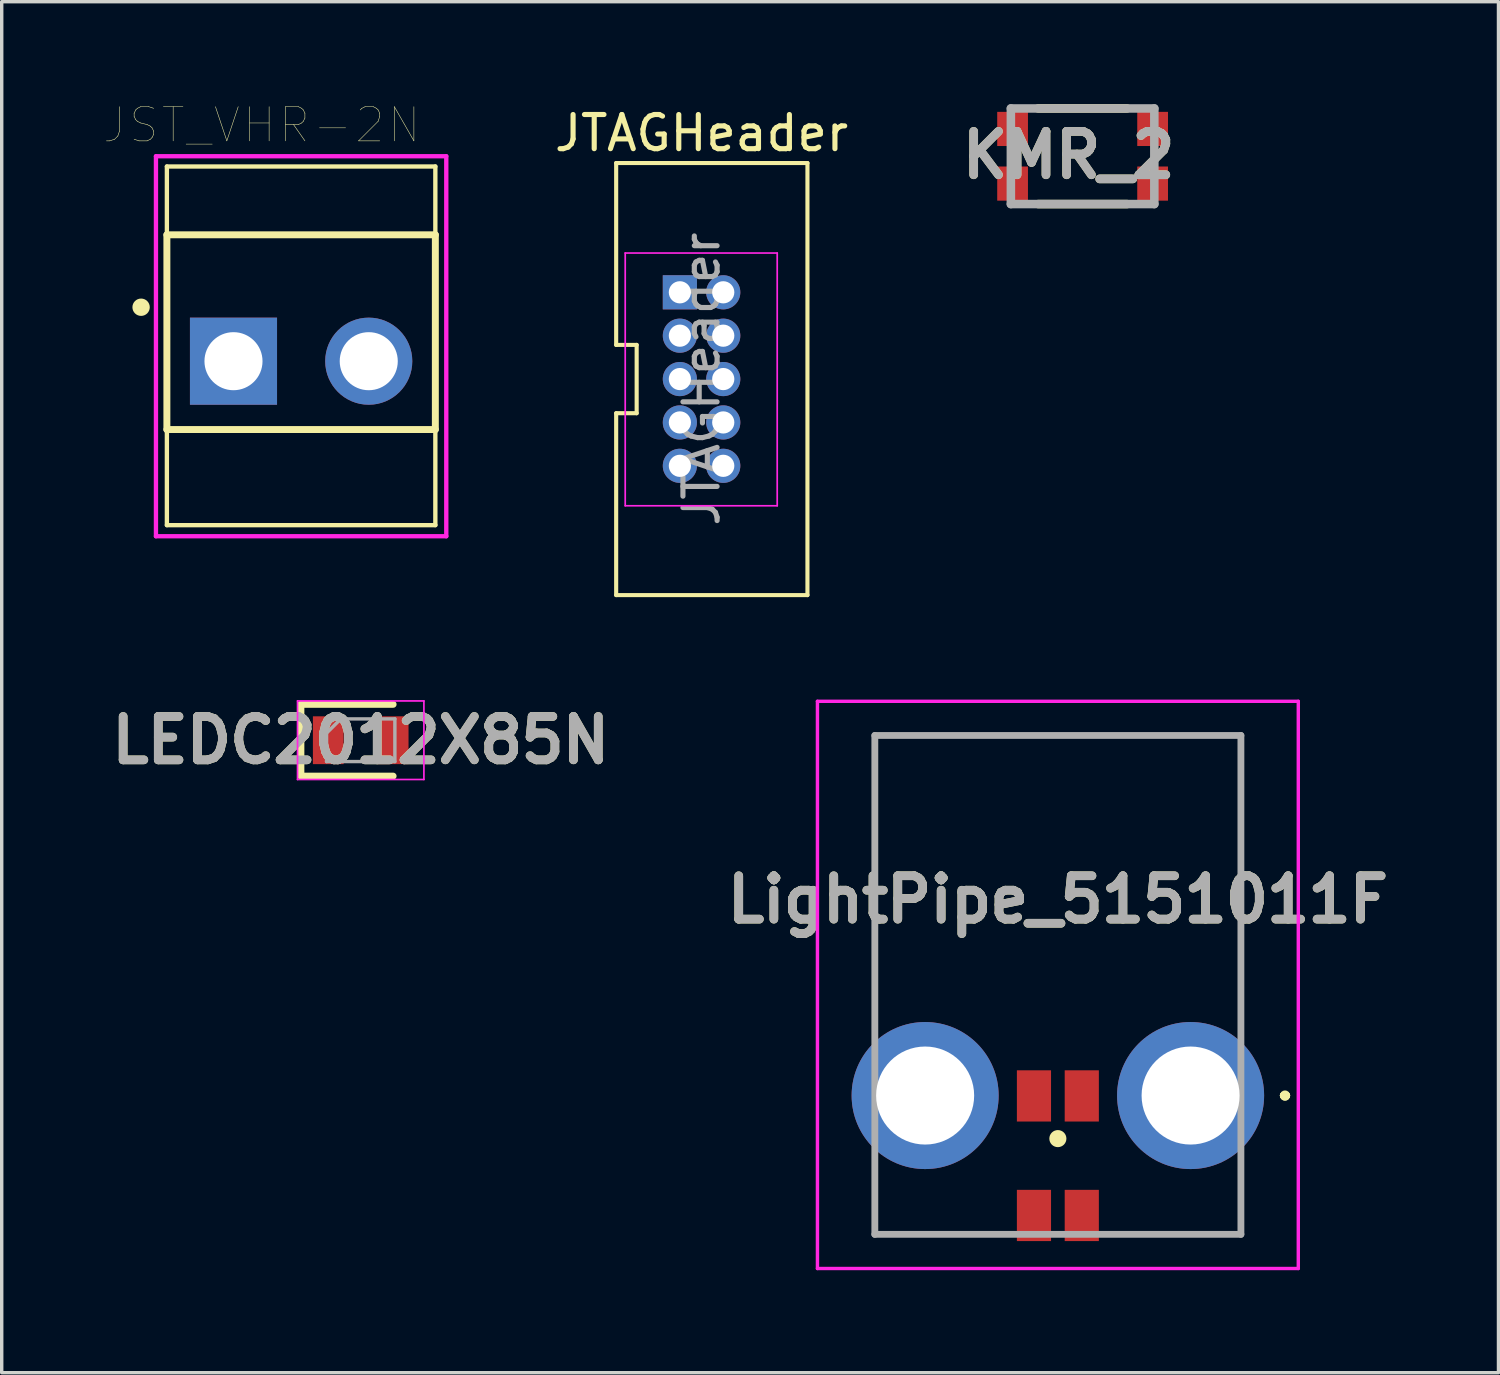
<source format=kicad_pcb>
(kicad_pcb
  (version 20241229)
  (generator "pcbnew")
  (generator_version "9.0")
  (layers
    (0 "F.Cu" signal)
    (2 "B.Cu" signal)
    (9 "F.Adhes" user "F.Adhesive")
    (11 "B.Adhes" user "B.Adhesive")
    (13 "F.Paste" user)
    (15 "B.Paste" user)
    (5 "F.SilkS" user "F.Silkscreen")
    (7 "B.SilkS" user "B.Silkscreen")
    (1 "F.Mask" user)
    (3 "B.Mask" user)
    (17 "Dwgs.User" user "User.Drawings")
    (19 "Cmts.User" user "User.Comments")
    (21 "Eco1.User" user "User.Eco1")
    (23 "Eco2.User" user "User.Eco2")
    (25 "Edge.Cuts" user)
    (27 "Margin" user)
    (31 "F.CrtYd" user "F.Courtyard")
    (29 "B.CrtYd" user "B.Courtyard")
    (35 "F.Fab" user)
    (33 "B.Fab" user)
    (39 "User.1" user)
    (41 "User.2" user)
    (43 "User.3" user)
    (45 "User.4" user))
  (footprint "LightPipe_5151011F"
    (layer "F.Cu")
    (at 27.922 25.786)
    (property "Reference" "LightPipe_5151011F" (at 0 -2.5 0) (layer "F.SilkS") (effects (font (size 1.27 1.27) (thickness 0.254))))
    (attr through_hole)
    (fp_line (start -5.359 -7.303) (end -5.359 -7.303) (stroke (width 0.1) (type solid)) (layer "F.SilkS"))
    (fp_line (start -5.359 -7.303) (end -5.359 -7.303) (stroke (width 0.1) (type solid)) (layer "F.SilkS"))
    (fp_line (start -5.359 -7.303) (end -5.359 0.468) (stroke (width 0.1) (type solid)) (layer "F.SilkS"))
    (fp_line (start -5.359 -7.303) (end 5.359 -7.303) (stroke (width 0.1) (type solid)) (layer "F.SilkS"))
    (fp_line (start -5.359 0.468) (end -5.359 -7.303) (stroke (width 0.1) (type solid)) (layer "F.SilkS"))
    (fp_line (start -5.359 0.468) (end -5.359 0.468) (stroke (width 0.1) (type solid)) (layer "F.SilkS"))
    (fp_line (start -5.359 5.968) (end -5.359 5.968) (stroke (width 0.1) (type solid)) (layer "F.SilkS"))
    (fp_line (start -5.359 5.968) (end -5.359 7.303) (stroke (width 0.1) (type solid)) (layer "F.SilkS"))
    (fp_line (start -5.359 7.303) (end -5.359 5.968) (stroke (width 0.1) (type solid)) (layer "F.SilkS"))
    (fp_line (start -5.359 7.303) (end -5.359 7.303) (stroke (width 0.1) (type solid)) (layer "F.SilkS"))
    (fp_line (start -5.359 7.303) (end -5.359 7.303) (stroke (width 0.1) (type solid)) (layer "F.SilkS"))
    (fp_line (start -5.359 7.303) (end 5.359 7.303) (stroke (width 0.1) (type solid)) (layer "F.SilkS"))
    (fp_line (start 5.359 -7.303) (end -5.359 -7.303) (stroke (width 0.1) (type solid)) (layer "F.SilkS"))
    (fp_line (start 5.359 -7.303) (end 5.359 -7.303) (stroke (width 0.1) (type solid)) (layer "F.SilkS"))
    (fp_line (start 5.359 -7.303) (end 5.359 -7.303) (stroke (width 0.1) (type solid)) (layer "F.SilkS"))
    (fp_line (start 5.359 -7.303) (end 5.359 0.468) (stroke (width 0.1) (type solid)) (layer "F.SilkS"))
    (fp_line (start 5.359 0.468) (end 5.359 -7.303) (stroke (width 0.1) (type solid)) (layer "F.SilkS"))
    (fp_line (start 5.359 0.468) (end 5.359 0.468) (stroke (width 0.1) (type solid)) (layer "F.SilkS"))
    (fp_line (start 5.359 5.968) (end 5.359 5.968) (stroke (width 0.1) (type solid)) (layer "F.SilkS"))
    (fp_line (start 5.359 5.968) (end 5.359 7.303) (stroke (width 0.1) (type solid)) (layer "F.SilkS"))
    (fp_line (start 5.359 7.303) (end -5.359 7.303) (stroke (width 0.1) (type solid)) (layer "F.SilkS"))
    (fp_line (start 5.359 7.303) (end 5.359 5.968) (stroke (width 0.1) (type solid)) (layer "F.SilkS"))
    (fp_line (start 5.359 7.303) (end 5.359 7.303) (stroke (width 0.1) (type solid)) (layer "F.SilkS"))
    (fp_line (start 5.359 7.303) (end 5.359 7.303) (stroke (width 0.1) (type solid)) (layer "F.SilkS"))
    (fp_line (start 6.6 3.239) (end 6.6 3.239) (stroke (width 0.2) (type solid)) (layer "F.SilkS"))
    (fp_line (start 6.6 3.239) (end 6.6 3.239) (stroke (width 0.2) (type solid)) (layer "F.SilkS"))
    (fp_line (start 6.7 3.239) (end 6.7 3.239) (stroke (width 0.2) (type solid)) (layer "F.SilkS"))
    (fp_arc (start 6.6 3.239) (mid 6.65 3.189) (end 6.7 3.239) (stroke (width 0.2) (type solid)) (layer "F.SilkS"))
    (fp_arc (start 6.7 3.239) (mid 6.65 3.289) (end 6.6 3.239) (stroke (width 0.2) (type solid)) (layer "F.SilkS"))
    (fp_arc (start 6.7 3.239) (mid 6.65 3.289) (end 6.6 3.239) (stroke (width 0.2) (type solid)) (layer "F.SilkS"))
    (fp_circle (center 0 4.5) (end 0 4.375) (stroke (width 0.25) (type solid)) (fill no) (layer "F.SilkS"))
    (fp_line (start -7.039 -8.303) (end 7.039 -8.303) (stroke (width 0.1) (type solid)) (layer "F.CrtYd"))
    (fp_line (start -7.039 8.303) (end -7.039 -8.303) (stroke (width 0.1) (type solid)) (layer "F.CrtYd"))
    (fp_line (start 7.039 -8.303) (end 7.039 8.303) (stroke (width 0.1) (type solid)) (layer "F.CrtYd"))
    (fp_line (start 7.039 8.303) (end -7.039 8.303) (stroke (width 0.1) (type solid)) (layer "F.CrtYd"))
    (fp_line (start -5.359 -7.303) (end -5.359 7.303) (stroke (width 0.2) (type solid)) (layer "F.Fab"))
    (fp_line (start -5.359 7.303) (end 5.359 7.303) (stroke (width 0.2) (type solid)) (layer "F.Fab"))
    (fp_line (start 5.359 -7.303) (end -5.359 -7.303) (stroke (width 0.2) (type solid)) (layer "F.Fab"))
    (fp_line (start 5.359 7.303) (end 5.359 -7.303) (stroke (width 0.2) (type solid)) (layer "F.Fab"))
    (fp_text user "${REFERENCE}" (at 0 -2.5 0) (layer "F.Fab") (effects (font (size 1.27 1.27) (thickness 0.254))))
    (pad "1" smd rect (at -0.7 6.75 270) (size 1.5 1) (layers "F.Cu" "F.Mask" "F.Paste"))
    (pad "2" smd rect (at 0.7 6.75 270) (size 1.5 1) (layers "F.Cu" "F.Mask" "F.Paste"))
    (pad "3" smd rect (at -0.7 3.25 270) (size 1.5 1) (layers "F.Cu" "F.Mask" "F.Paste"))
    (pad "4" smd rect (at 0.7 3.25 270) (size 1.5 1) (layers "F.Cu" "F.Mask" "F.Paste"))
    (pad "5" thru_hole circle (at 3.886 3.239) (size 4.305 4.305) (drill 2.87) (layers "*.Cu" "*.Mask"))
    (pad "6" thru_hole circle (at -3.886 3.239) (size 4.305 4.305) (drill 2.87) (layers "*.Cu" "*.Mask")))
  (footprint "LEDC2012X85N"
    (layer "F.Cu")
    (at 7.511 18.622)
    (property "Reference" "LEDC2012X85N" (at 0 0 0) (layer "F.SilkS") (effects (font (size 1.27 1.27) (thickness 0.254))))
    (attr smd)
    (fp_line (start -1.75 -1.05) (end -1.75 1.05) (stroke (width 0.2) (type solid)) (layer "F.SilkS"))
    (fp_line (start -1.75 1.05) (end 0.95 1.05) (stroke (width 0.2) (type solid)) (layer "F.SilkS"))
    (fp_line (start 0.95 -1.05) (end -1.75 -1.05) (stroke (width 0.2) (type solid)) (layer "F.SilkS"))
    (fp_line (start -1.85 -1.15) (end 1.85 -1.15) (stroke (width 0.05) (type solid)) (layer "F.CrtYd"))
    (fp_line (start -1.85 1.15) (end -1.85 -1.15) (stroke (width 0.05) (type solid)) (layer "F.CrtYd"))
    (fp_line (start 1.85 -1.15) (end 1.85 1.15) (stroke (width 0.05) (type solid)) (layer "F.CrtYd"))
    (fp_line (start 1.85 1.15) (end -1.85 1.15) (stroke (width 0.05) (type solid)) (layer "F.CrtYd"))
    (fp_line (start -1 -0.625) (end 1 -0.625) (stroke (width 0.1) (type solid)) (layer "F.Fab"))
    (fp_line (start -1 -0.208) (end -0.583 -0.625) (stroke (width 0.1) (type solid)) (layer "F.Fab"))
    (fp_line (start -1 0.625) (end -1 -0.625) (stroke (width 0.1) (type solid)) (layer "F.Fab"))
    (fp_line (start 1 -0.625) (end 1 0.625) (stroke (width 0.1) (type solid)) (layer "F.Fab"))
    (fp_line (start 1 0.625) (end -1 0.625) (stroke (width 0.1) (type solid)) (layer "F.Fab"))
    (fp_text user "${REFERENCE}" (at 0 0 0) (layer "F.Fab") (effects (font (size 1.27 1.27) (thickness 0.254))))
    (pad "1" smd rect (at -0.95 0) (size 0.9 1.4) (layers "F.Cu" "F.Mask" "F.Paste"))
    (pad "2" smd rect (at 0.95 0) (size 0.9 1.4) (layers "F.Cu" "F.Mask" "F.Paste")))
  (footprint "JTAGHeader"
    (layer "F.Cu")
    (at 17.49 8.048)
    (property "Reference" "JTAGHeader" (at 0 -7.2 180) (layer "F.SilkS") (effects (font (size 1 1) (thickness 0.15))))
    (attr through_hole)
    (fp_line (start -2.5 -6.325) (end -2.5 -1) (stroke (width 0.12) (type solid)) (layer "F.SilkS"))
    (fp_line (start -2.5 -6.325) (end 3.1 -6.325) (stroke (width 0.12) (type solid)) (layer "F.SilkS"))
    (fp_line (start -2.5 -1) (end -1.9 -1) (stroke (width 0.12) (type solid)) (layer "F.SilkS"))
    (fp_line (start -2.5 6.325) (end -2.5 1) (stroke (width 0.12) (type solid)) (layer "F.SilkS"))
    (fp_line (start -2.5 6.325) (end 3.1 6.325) (stroke (width 0.12) (type solid)) (layer "F.SilkS"))
    (fp_line (start -1.9 -1) (end -1.9 1) (stroke (width 0.12) (type solid)) (layer "F.SilkS"))
    (fp_line (start -1.9 1) (end -2.5 1) (stroke (width 0.12) (type solid)) (layer "F.SilkS"))
    (fp_line (start 3.1 -6.325) (end 3.1 6.325) (stroke (width 0.12) (type solid)) (layer "F.SilkS"))
    (fp_line (start -2.235 -3.69) (end -2.235 3.71) (stroke (width 0.05) (type solid)) (layer "F.CrtYd"))
    (fp_line (start -2.235 3.71) (end 2.215 3.71) (stroke (width 0.05) (type solid)) (layer "F.CrtYd"))
    (fp_line (start 2.215 -3.69) (end -2.235 -3.69) (stroke (width 0.05) (type solid)) (layer "F.CrtYd"))
    (fp_line (start 2.215 3.71) (end 2.215 -3.69) (stroke (width 0.05) (type solid)) (layer "F.CrtYd"))
    (fp_text user "${REFERENCE}" (at 0 0 270) (layer "F.Fab") (effects (font (size 1 1) (thickness 0.15))))
    (pad "1" thru_hole rect (at -0.635 -2.54) (size 1 1) (drill 0.65) (layers "*.Cu" "*.Mask"))
    (pad "2" thru_hole oval (at 0.635 -2.54) (size 1 1) (drill 0.65) (layers "*.Cu" "*.Mask"))
    (pad "3" thru_hole oval (at -0.635 -1.27) (size 1 1) (drill 0.65) (layers "*.Cu" "*.Mask"))
    (pad "4" thru_hole oval (at 0.635 -1.27) (size 1 1) (drill 0.65) (layers "*.Cu" "*.Mask"))
    (pad "5" thru_hole oval (at -0.635 0) (size 1 1) (drill 0.65) (layers "*.Cu" "*.Mask"))
    (pad "6" thru_hole oval (at 0.635 0) (size 1 1) (drill 0.65) (layers "*.Cu" "*.Mask"))
    (pad "7" thru_hole oval (at -0.635 1.27) (size 1 1) (drill 0.65) (layers "*.Cu" "*.Mask"))
    (pad "8" thru_hole oval (at 0.635 1.27) (size 1 1) (drill 0.65) (layers "*.Cu" "*.Mask"))
    (pad "9" thru_hole oval (at -0.635 2.54) (size 1 1) (drill 0.65) (layers "*.Cu" "*.Mask"))
    (pad "10" thru_hole oval (at 0.635 2.54) (size 1 1) (drill 0.65) (layers "*.Cu" "*.Mask")))
  (footprint "KMR_2"
    (layer "F.Cu")
    (at 28.646 1.525)
    (property "Reference" "KMR_2" (at -0.407 -0.033 0) (layer "F.SilkS") (effects (font (size 1.27 1.27) (thickness 0.254))))
    (attr smd)
    (fp_line (start -1.3 -1.4) (end 1.3 -1.4) (stroke (width 0.25) (type solid)) (layer "F.SilkS"))
    (fp_line (start -1.3 1.4) (end 1.3 1.4) (stroke (width 0.25) (type solid)) (layer "F.SilkS"))
    (fp_line (start -2.1 -1.4) (end 2.1 -1.4) (stroke (width 0.25) (type solid)) (layer "F.Fab"))
    (fp_line (start -2.1 1.4) (end -2.1 -1.4) (stroke (width 0.25) (type solid)) (layer "F.Fab"))
    (fp_line (start 2.1 -1.4) (end 2.1 1.4) (stroke (width 0.25) (type solid)) (layer "F.Fab"))
    (fp_line (start 2.1 1.4) (end -2.1 1.4) (stroke (width 0.25) (type solid)) (layer "F.Fab"))
    (fp_text user "${REFERENCE}" (at -0.407 -0.033 0) (layer "F.Fab") (effects (font (size 1.27 1.27) (thickness 0.254))))
    (pad "1" smd rect (at -2.05 0.8) (size 0.9 1) (layers "F.Cu" "F.Mask" "F.Paste"))
    (pad "2" smd rect (at -2.05 -0.8) (size 0.9 1) (layers "F.Cu" "F.Mask" "F.Paste"))
    (pad "3" smd rect (at 2.05 0.8) (size 0.9 1) (layers "F.Cu" "F.Mask" "F.Paste"))
    (pad "4" smd rect (at 2.05 -0.8) (size 0.9 1) (layers "F.Cu" "F.Mask" "F.Paste")))
  (footprint "JST_VHR-2N"
    (layer "F.Cu")
    (at 5.766 7.525)
    (property "Reference" "JST_VHR-2N" (at -1.151 -6.913 0) (layer "F.SilkS") (effects (font (size 1 1) (thickness 0.015))))
    (attr through_hole)
    (fp_line (start -3.93 -5.7) (end 3.93 -5.7) (stroke (width 0.127) (type solid)) (layer "F.SilkS"))
    (fp_line (start -3.93 -3.7) (end -3.93 -5.7) (stroke (width 0.127) (type solid)) (layer "F.SilkS"))
    (fp_line (start -3.93 2) (end -3.93 -3.7) (stroke (width 0.203) (type solid)) (layer "F.SilkS"))
    (fp_line (start -3.93 2) (end -3.93 4.8) (stroke (width 0.127) (type solid)) (layer "F.SilkS"))
    (fp_line (start -3.93 4.8) (end 3.93 4.8) (stroke (width 0.127) (type solid)) (layer "F.SilkS"))
    (fp_line (start 3.93 -3.7) (end -3.93 -3.7) (stroke (width 0.203) (type solid)) (layer "F.SilkS"))
    (fp_line (start 3.93 -3.7) (end 3.93 -5.7) (stroke (width 0.127) (type solid)) (layer "F.SilkS"))
    (fp_line (start 3.93 -3.7) (end 3.93 2) (stroke (width 0.203) (type solid)) (layer "F.SilkS"))
    (fp_line (start 3.93 2) (end -3.93 2) (stroke (width 0.203) (type solid)) (layer "F.SilkS"))
    (fp_line (start 3.93 2) (end 3.93 4.8) (stroke (width 0.127) (type solid)) (layer "F.SilkS"))
    (fp_circle (center -4.685 -1.58) (end -4.431 -1.58) (stroke (width 0) (type solid)) (fill yes) (layer "F.SilkS"))
    (fp_line (start -4.25 -6) (end -4.25 5.125) (stroke (width 0.127) (type solid)) (layer "F.CrtYd"))
    (fp_line (start -4.25 -6) (end 4.25 -6) (stroke (width 0.127) (type solid)) (layer "F.CrtYd"))
    (fp_line (start -4.25 5.125) (end 4.25 5.125) (stroke (width 0.127) (type solid)) (layer "F.CrtYd"))
    (fp_line (start 4.25 -6) (end 4.25 5.125) (stroke (width 0.127) (type solid)) (layer "F.CrtYd"))
    (pad "1" thru_hole rect (at -1.98 0) (size 2.55 2.55) (drill 1.7) (layers "*.Cu" "*.Mask"))
    (pad "2" thru_hole circle (at 1.98 0) (size 2.55 2.55) (drill 1.7) (layers "*.Cu" "*.Mask")))
  (gr_rect
    (start -3 -3)
    (end 40.822 37.139)
    (stroke (width 0.1) (type default))
    (fill no)
    (layer "Edge.Cuts")))
</source>
